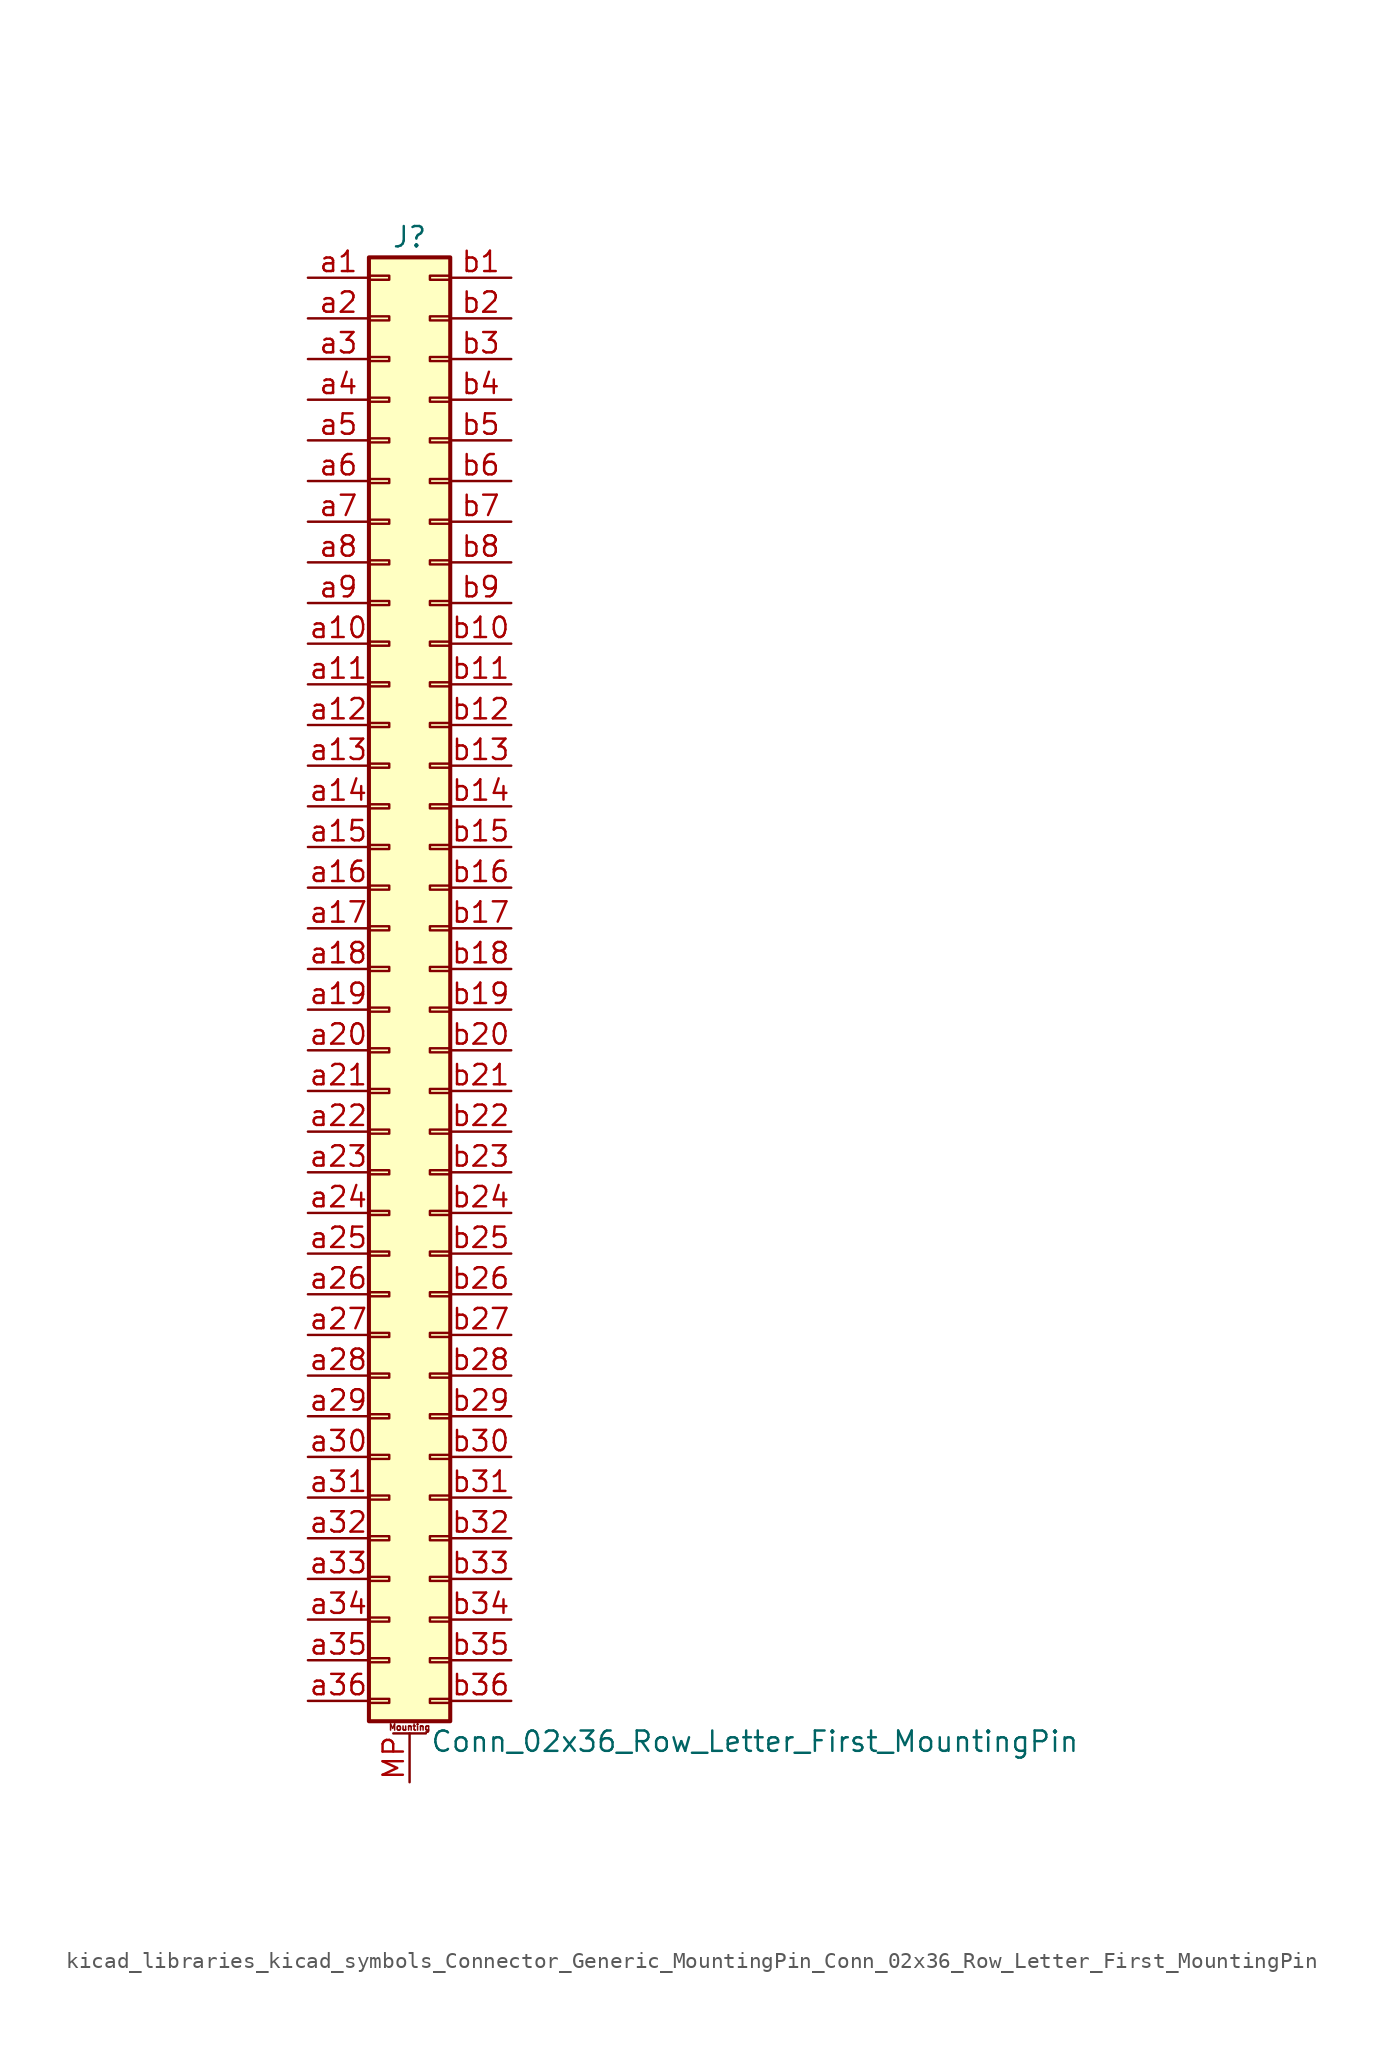
<source format=kicad_sym>
(kicad_symbol_lib
  (version 20220914)
  (generator kicad_symbol_editor)
  (symbol "kicad_libraries_kicad_symbols_Connector_Generic_MountingPin_Conn_02x36_Row_Letter_First_MountingPin"
    (pin_names
      (offset 1.016) hide)
    (property "Reference" "J"
      (at 1.27 45.72 0)
      (effects (font (size 1.27 1.27))))
    (property "Value" "Conn_02x36_Row_Letter_First_MountingPin"
      (at 2.54 -48.26 0)
      (effects (font (size 1.27 1.27)) (justify left)))
    (symbol "kicad_libraries_kicad_symbols_Connector_Generic_MountingPin_Conn_02x36_Row_Letter_First_MountingPin_1_1"
      (rectangle (start -1.27 -45.593) (end 0 -45.847) (stroke (width 0.152) (type default)) (fill (type none)))
      (rectangle (start -1.27 -43.053) (end 0 -43.307) (stroke (width 0.152) (type default)) (fill (type none)))
      (rectangle (start -1.27 -40.513) (end 0 -40.767) (stroke (width 0.152) (type default)) (fill (type none)))
      (rectangle (start -1.27 -37.973) (end 0 -38.227) (stroke (width 0.152) (type default)) (fill (type none)))
      (rectangle (start -1.27 -35.433) (end 0 -35.687) (stroke (width 0.152) (type default)) (fill (type none)))
      (rectangle (start -1.27 -32.893) (end 0 -33.147) (stroke (width 0.152) (type default)) (fill (type none)))
      (rectangle (start -1.27 -30.353) (end 0 -30.607) (stroke (width 0.152) (type default)) (fill (type none)))
      (rectangle (start -1.27 -27.813) (end 0 -28.067) (stroke (width 0.152) (type default)) (fill (type none)))
      (rectangle (start -1.27 -25.273) (end 0 -25.527) (stroke (width 0.152) (type default)) (fill (type none)))
      (rectangle (start -1.27 -22.733) (end 0 -22.987) (stroke (width 0.152) (type default)) (fill (type none)))
      (rectangle (start -1.27 -20.193) (end 0 -20.447) (stroke (width 0.152) (type default)) (fill (type none)))
      (rectangle (start -1.27 -17.653) (end 0 -17.907) (stroke (width 0.152) (type default)) (fill (type none)))
      (rectangle (start -1.27 -15.113) (end 0 -15.367) (stroke (width 0.152) (type default)) (fill (type none)))
      (rectangle (start -1.27 -12.573) (end 0 -12.827) (stroke (width 0.152) (type default)) (fill (type none)))
      (rectangle (start -1.27 -10.033) (end 0 -10.287) (stroke (width 0.152) (type default)) (fill (type none)))
      (rectangle (start -1.27 -7.493) (end 0 -7.747) (stroke (width 0.152) (type default)) (fill (type none)))
      (rectangle (start -1.27 -4.953) (end 0 -5.207) (stroke (width 0.152) (type default)) (fill (type none)))
      (rectangle (start -1.27 -2.413) (end 0 -2.667) (stroke (width 0.152) (type default)) (fill (type none)))
      (rectangle (start -1.27 0.127) (end 0 -0.127) (stroke (width 0.152) (type default)) (fill (type none)))
      (rectangle (start -1.27 2.667) (end 0 2.413) (stroke (width 0.152) (type default)) (fill (type none)))
      (rectangle (start -1.27 5.207) (end 0 4.953) (stroke (width 0.152) (type default)) (fill (type none)))
      (rectangle (start -1.27 7.747) (end 0 7.493) (stroke (width 0.152) (type default)) (fill (type none)))
      (rectangle (start -1.27 10.287) (end 0 10.033) (stroke (width 0.152) (type default)) (fill (type none)))
      (rectangle (start -1.27 12.827) (end 0 12.573) (stroke (width 0.152) (type default)) (fill (type none)))
      (rectangle (start -1.27 15.367) (end 0 15.113) (stroke (width 0.152) (type default)) (fill (type none)))
      (rectangle (start -1.27 17.907) (end 0 17.653) (stroke (width 0.152) (type default)) (fill (type none)))
      (rectangle (start -1.27 20.447) (end 0 20.193) (stroke (width 0.152) (type default)) (fill (type none)))
      (rectangle (start -1.27 22.987) (end 0 22.733) (stroke (width 0.152) (type default)) (fill (type none)))
      (rectangle (start -1.27 25.527) (end 0 25.273) (stroke (width 0.152) (type default)) (fill (type none)))
      (rectangle (start -1.27 28.067) (end 0 27.813) (stroke (width 0.152) (type default)) (fill (type none)))
      (rectangle (start -1.27 30.607) (end 0 30.353) (stroke (width 0.152) (type default)) (fill (type none)))
      (rectangle (start -1.27 33.147) (end 0 32.893) (stroke (width 0.152) (type default)) (fill (type none)))
      (rectangle (start -1.27 35.687) (end 0 35.433) (stroke (width 0.152) (type default)) (fill (type none)))
      (rectangle (start -1.27 38.227) (end 0 37.973) (stroke (width 0.152) (type default)) (fill (type none)))
      (rectangle (start -1.27 40.767) (end 0 40.513) (stroke (width 0.152) (type default)) (fill (type none)))
      (rectangle (start -1.27 43.307) (end 0 43.053) (stroke (width 0.152) (type default)) (fill (type none)))
      (rectangle (start -1.27 44.45) (end 3.81 -46.99) (stroke (width 0.254) (type default)) (fill (type background)))
      (polyline (pts (xy 0.254 -47.752) (xy 2.286 -47.752)) (stroke (width 0.152) (type default)) (fill (type none)))
      (rectangle (start 3.81 -45.593) (end 2.54 -45.847) (stroke (width 0.152) (type default)) (fill (type none)))
      (rectangle (start 3.81 -43.053) (end 2.54 -43.307) (stroke (width 0.152) (type default)) (fill (type none)))
      (rectangle (start 3.81 -40.513) (end 2.54 -40.767) (stroke (width 0.152) (type default)) (fill (type none)))
      (rectangle (start 3.81 -37.973) (end 2.54 -38.227) (stroke (width 0.152) (type default)) (fill (type none)))
      (rectangle (start 3.81 -35.433) (end 2.54 -35.687) (stroke (width 0.152) (type default)) (fill (type none)))
      (rectangle (start 3.81 -32.893) (end 2.54 -33.147) (stroke (width 0.152) (type default)) (fill (type none)))
      (rectangle (start 3.81 -30.353) (end 2.54 -30.607) (stroke (width 0.152) (type default)) (fill (type none)))
      (rectangle (start 3.81 -27.813) (end 2.54 -28.067) (stroke (width 0.152) (type default)) (fill (type none)))
      (rectangle (start 3.81 -25.273) (end 2.54 -25.527) (stroke (width 0.152) (type default)) (fill (type none)))
      (rectangle (start 3.81 -22.733) (end 2.54 -22.987) (stroke (width 0.152) (type default)) (fill (type none)))
      (rectangle (start 3.81 -20.193) (end 2.54 -20.447) (stroke (width 0.152) (type default)) (fill (type none)))
      (rectangle (start 3.81 -17.653) (end 2.54 -17.907) (stroke (width 0.152) (type default)) (fill (type none)))
      (rectangle (start 3.81 -15.113) (end 2.54 -15.367) (stroke (width 0.152) (type default)) (fill (type none)))
      (rectangle (start 3.81 -12.573) (end 2.54 -12.827) (stroke (width 0.152) (type default)) (fill (type none)))
      (rectangle (start 3.81 -10.033) (end 2.54 -10.287) (stroke (width 0.152) (type default)) (fill (type none)))
      (rectangle (start 3.81 -7.493) (end 2.54 -7.747) (stroke (width 0.152) (type default)) (fill (type none)))
      (rectangle (start 3.81 -4.953) (end 2.54 -5.207) (stroke (width 0.152) (type default)) (fill (type none)))
      (rectangle (start 3.81 -2.413) (end 2.54 -2.667) (stroke (width 0.152) (type default)) (fill (type none)))
      (rectangle (start 3.81 0.127) (end 2.54 -0.127) (stroke (width 0.152) (type default)) (fill (type none)))
      (rectangle (start 3.81 2.667) (end 2.54 2.413) (stroke (width 0.152) (type default)) (fill (type none)))
      (rectangle (start 3.81 5.207) (end 2.54 4.953) (stroke (width 0.152) (type default)) (fill (type none)))
      (rectangle (start 3.81 7.747) (end 2.54 7.493) (stroke (width 0.152) (type default)) (fill (type none)))
      (rectangle (start 3.81 10.287) (end 2.54 10.033) (stroke (width 0.152) (type default)) (fill (type none)))
      (rectangle (start 3.81 12.827) (end 2.54 12.573) (stroke (width 0.152) (type default)) (fill (type none)))
      (rectangle (start 3.81 15.367) (end 2.54 15.113) (stroke (width 0.152) (type default)) (fill (type none)))
      (rectangle (start 3.81 17.907) (end 2.54 17.653) (stroke (width 0.152) (type default)) (fill (type none)))
      (rectangle (start 3.81 20.447) (end 2.54 20.193) (stroke (width 0.152) (type default)) (fill (type none)))
      (rectangle (start 3.81 22.987) (end 2.54 22.733) (stroke (width 0.152) (type default)) (fill (type none)))
      (rectangle (start 3.81 25.527) (end 2.54 25.273) (stroke (width 0.152) (type default)) (fill (type none)))
      (rectangle (start 3.81 28.067) (end 2.54 27.813) (stroke (width 0.152) (type default)) (fill (type none)))
      (rectangle (start 3.81 30.607) (end 2.54 30.353) (stroke (width 0.152) (type default)) (fill (type none)))
      (rectangle (start 3.81 33.147) (end 2.54 32.893) (stroke (width 0.152) (type default)) (fill (type none)))
      (rectangle (start 3.81 35.687) (end 2.54 35.433) (stroke (width 0.152) (type default)) (fill (type none)))
      (rectangle (start 3.81 38.227) (end 2.54 37.973) (stroke (width 0.152) (type default)) (fill (type none)))
      (rectangle (start 3.81 40.767) (end 2.54 40.513) (stroke (width 0.152) (type default)) (fill (type none)))
      (rectangle (start 3.81 43.307) (end 2.54 43.053) (stroke (width 0.152) (type default)) (fill (type none)))
      (text "Mounting" (at 1.27 -47.371 0) (effects (font (size 0.381 0.381))))
      (pin passive line (at 1.27 -50.8 90) (length 3.048) (name "MountPin" (effects (font (size 1.27 1.27)))) (number "MP" (effects (font (size 1.27 1.27)))))
      (pin passive line (at -5.08 43.18 0) (length 3.81) (name "Pin_a1" (effects (font (size 1.27 1.27)))) (number "a1" (effects (font (size 1.27 1.27)))))
      (pin passive line (at -5.08 20.32 0) (length 3.81) (name "Pin_a10" (effects (font (size 1.27 1.27)))) (number "a10" (effects (font (size 1.27 1.27)))))
      (pin passive line (at -5.08 17.78 0) (length 3.81) (name "Pin_a11" (effects (font (size 1.27 1.27)))) (number "a11" (effects (font (size 1.27 1.27)))))
      (pin passive line (at -5.08 15.24 0) (length 3.81) (name "Pin_a12" (effects (font (size 1.27 1.27)))) (number "a12" (effects (font (size 1.27 1.27)))))
      (pin passive line (at -5.08 12.7 0) (length 3.81) (name "Pin_a13" (effects (font (size 1.27 1.27)))) (number "a13" (effects (font (size 1.27 1.27)))))
      (pin passive line (at -5.08 10.16 0) (length 3.81) (name "Pin_a14" (effects (font (size 1.27 1.27)))) (number "a14" (effects (font (size 1.27 1.27)))))
      (pin passive line (at -5.08 7.62 0) (length 3.81) (name "Pin_a15" (effects (font (size 1.27 1.27)))) (number "a15" (effects (font (size 1.27 1.27)))))
      (pin passive line (at -5.08 5.08 0) (length 3.81) (name "Pin_a16" (effects (font (size 1.27 1.27)))) (number "a16" (effects (font (size 1.27 1.27)))))
      (pin passive line (at -5.08 2.54 0) (length 3.81) (name "Pin_a17" (effects (font (size 1.27 1.27)))) (number "a17" (effects (font (size 1.27 1.27)))))
      (pin passive line (at -5.08 0 0) (length 3.81) (name "Pin_a18" (effects (font (size 1.27 1.27)))) (number "a18" (effects (font (size 1.27 1.27)))))
      (pin passive line (at -5.08 -2.54 0) (length 3.81) (name "Pin_a19" (effects (font (size 1.27 1.27)))) (number "a19" (effects (font (size 1.27 1.27)))))
      (pin passive line (at -5.08 40.64 0) (length 3.81) (name "Pin_a2" (effects (font (size 1.27 1.27)))) (number "a2" (effects (font (size 1.27 1.27)))))
      (pin passive line (at -5.08 -5.08 0) (length 3.81) (name "Pin_a20" (effects (font (size 1.27 1.27)))) (number "a20" (effects (font (size 1.27 1.27)))))
      (pin passive line (at -5.08 -7.62 0) (length 3.81) (name "Pin_a21" (effects (font (size 1.27 1.27)))) (number "a21" (effects (font (size 1.27 1.27)))))
      (pin passive line (at -5.08 -10.16 0) (length 3.81) (name "Pin_a22" (effects (font (size 1.27 1.27)))) (number "a22" (effects (font (size 1.27 1.27)))))
      (pin passive line (at -5.08 -12.7 0) (length 3.81) (name "Pin_a23" (effects (font (size 1.27 1.27)))) (number "a23" (effects (font (size 1.27 1.27)))))
      (pin passive line (at -5.08 -15.24 0) (length 3.81) (name "Pin_a24" (effects (font (size 1.27 1.27)))) (number "a24" (effects (font (size 1.27 1.27)))))
      (pin passive line (at -5.08 -17.78 0) (length 3.81) (name "Pin_a25" (effects (font (size 1.27 1.27)))) (number "a25" (effects (font (size 1.27 1.27)))))
      (pin passive line (at -5.08 -20.32 0) (length 3.81) (name "Pin_a26" (effects (font (size 1.27 1.27)))) (number "a26" (effects (font (size 1.27 1.27)))))
      (pin passive line (at -5.08 -22.86 0) (length 3.81) (name "Pin_a27" (effects (font (size 1.27 1.27)))) (number "a27" (effects (font (size 1.27 1.27)))))
      (pin passive line (at -5.08 -25.4 0) (length 3.81) (name "Pin_a28" (effects (font (size 1.27 1.27)))) (number "a28" (effects (font (size 1.27 1.27)))))
      (pin passive line (at -5.08 -27.94 0) (length 3.81) (name "Pin_a29" (effects (font (size 1.27 1.27)))) (number "a29" (effects (font (size 1.27 1.27)))))
      (pin passive line (at -5.08 38.1 0) (length 3.81) (name "Pin_a3" (effects (font (size 1.27 1.27)))) (number "a3" (effects (font (size 1.27 1.27)))))
      (pin passive line (at -5.08 -30.48 0) (length 3.81) (name "Pin_a30" (effects (font (size 1.27 1.27)))) (number "a30" (effects (font (size 1.27 1.27)))))
      (pin passive line (at -5.08 -33.02 0) (length 3.81) (name "Pin_a31" (effects (font (size 1.27 1.27)))) (number "a31" (effects (font (size 1.27 1.27)))))
      (pin passive line (at -5.08 -35.56 0) (length 3.81) (name "Pin_a32" (effects (font (size 1.27 1.27)))) (number "a32" (effects (font (size 1.27 1.27)))))
      (pin passive line (at -5.08 -38.1 0) (length 3.81) (name "Pin_a33" (effects (font (size 1.27 1.27)))) (number "a33" (effects (font (size 1.27 1.27)))))
      (pin passive line (at -5.08 -40.64 0) (length 3.81) (name "Pin_a34" (effects (font (size 1.27 1.27)))) (number "a34" (effects (font (size 1.27 1.27)))))
      (pin passive line (at -5.08 -43.18 0) (length 3.81) (name "Pin_a35" (effects (font (size 1.27 1.27)))) (number "a35" (effects (font (size 1.27 1.27)))))
      (pin passive line (at -5.08 -45.72 0) (length 3.81) (name "Pin_a36" (effects (font (size 1.27 1.27)))) (number "a36" (effects (font (size 1.27 1.27)))))
      (pin passive line (at -5.08 35.56 0) (length 3.81) (name "Pin_a4" (effects (font (size 1.27 1.27)))) (number "a4" (effects (font (size 1.27 1.27)))))
      (pin passive line (at -5.08 33.02 0) (length 3.81) (name "Pin_a5" (effects (font (size 1.27 1.27)))) (number "a5" (effects (font (size 1.27 1.27)))))
      (pin passive line (at -5.08 30.48 0) (length 3.81) (name "Pin_a6" (effects (font (size 1.27 1.27)))) (number "a6" (effects (font (size 1.27 1.27)))))
      (pin passive line (at -5.08 27.94 0) (length 3.81) (name "Pin_a7" (effects (font (size 1.27 1.27)))) (number "a7" (effects (font (size 1.27 1.27)))))
      (pin passive line (at -5.08 25.4 0) (length 3.81) (name "Pin_a8" (effects (font (size 1.27 1.27)))) (number "a8" (effects (font (size 1.27 1.27)))))
      (pin passive line (at -5.08 22.86 0) (length 3.81) (name "Pin_a9" (effects (font (size 1.27 1.27)))) (number "a9" (effects (font (size 1.27 1.27)))))
      (pin passive line (at 7.62 43.18 180) (length 3.81) (name "Pin_b1" (effects (font (size 1.27 1.27)))) (number "b1" (effects (font (size 1.27 1.27)))))
      (pin passive line (at 7.62 20.32 180) (length 3.81) (name "Pin_b10" (effects (font (size 1.27 1.27)))) (number "b10" (effects (font (size 1.27 1.27)))))
      (pin passive line (at 7.62 17.78 180) (length 3.81) (name "Pin_b11" (effects (font (size 1.27 1.27)))) (number "b11" (effects (font (size 1.27 1.27)))))
      (pin passive line (at 7.62 15.24 180) (length 3.81) (name "Pin_b12" (effects (font (size 1.27 1.27)))) (number "b12" (effects (font (size 1.27 1.27)))))
      (pin passive line (at 7.62 12.7 180) (length 3.81) (name "Pin_b13" (effects (font (size 1.27 1.27)))) (number "b13" (effects (font (size 1.27 1.27)))))
      (pin passive line (at 7.62 10.16 180) (length 3.81) (name "Pin_b14" (effects (font (size 1.27 1.27)))) (number "b14" (effects (font (size 1.27 1.27)))))
      (pin passive line (at 7.62 7.62 180) (length 3.81) (name "Pin_b15" (effects (font (size 1.27 1.27)))) (number "b15" (effects (font (size 1.27 1.27)))))
      (pin passive line (at 7.62 5.08 180) (length 3.81) (name "Pin_b16" (effects (font (size 1.27 1.27)))) (number "b16" (effects (font (size 1.27 1.27)))))
      (pin passive line (at 7.62 2.54 180) (length 3.81) (name "Pin_b17" (effects (font (size 1.27 1.27)))) (number "b17" (effects (font (size 1.27 1.27)))))
      (pin passive line (at 7.62 0 180) (length 3.81) (name "Pin_b18" (effects (font (size 1.27 1.27)))) (number "b18" (effects (font (size 1.27 1.27)))))
      (pin passive line (at 7.62 -2.54 180) (length 3.81) (name "Pin_b19" (effects (font (size 1.27 1.27)))) (number "b19" (effects (font (size 1.27 1.27)))))
      (pin passive line (at 7.62 40.64 180) (length 3.81) (name "Pin_b2" (effects (font (size 1.27 1.27)))) (number "b2" (effects (font (size 1.27 1.27)))))
      (pin passive line (at 7.62 -5.08 180) (length 3.81) (name "Pin_b20" (effects (font (size 1.27 1.27)))) (number "b20" (effects (font (size 1.27 1.27)))))
      (pin passive line (at 7.62 -7.62 180) (length 3.81) (name "Pin_b21" (effects (font (size 1.27 1.27)))) (number "b21" (effects (font (size 1.27 1.27)))))
      (pin passive line (at 7.62 -10.16 180) (length 3.81) (name "Pin_b22" (effects (font (size 1.27 1.27)))) (number "b22" (effects (font (size 1.27 1.27)))))
      (pin passive line (at 7.62 -12.7 180) (length 3.81) (name "Pin_b23" (effects (font (size 1.27 1.27)))) (number "b23" (effects (font (size 1.27 1.27)))))
      (pin passive line (at 7.62 -15.24 180) (length 3.81) (name "Pin_b24" (effects (font (size 1.27 1.27)))) (number "b24" (effects (font (size 1.27 1.27)))))
      (pin passive line (at 7.62 -17.78 180) (length 3.81) (name "Pin_b25" (effects (font (size 1.27 1.27)))) (number "b25" (effects (font (size 1.27 1.27)))))
      (pin passive line (at 7.62 -20.32 180) (length 3.81) (name "Pin_b26" (effects (font (size 1.27 1.27)))) (number "b26" (effects (font (size 1.27 1.27)))))
      (pin passive line (at 7.62 -22.86 180) (length 3.81) (name "Pin_b27" (effects (font (size 1.27 1.27)))) (number "b27" (effects (font (size 1.27 1.27)))))
      (pin passive line (at 7.62 -25.4 180) (length 3.81) (name "Pin_b28" (effects (font (size 1.27 1.27)))) (number "b28" (effects (font (size 1.27 1.27)))))
      (pin passive line (at 7.62 -27.94 180) (length 3.81) (name "Pin_b29" (effects (font (size 1.27 1.27)))) (number "b29" (effects (font (size 1.27 1.27)))))
      (pin passive line (at 7.62 38.1 180) (length 3.81) (name "Pin_b3" (effects (font (size 1.27 1.27)))) (number "b3" (effects (font (size 1.27 1.27)))))
      (pin passive line (at 7.62 -30.48 180) (length 3.81) (name "Pin_b30" (effects (font (size 1.27 1.27)))) (number "b30" (effects (font (size 1.27 1.27)))))
      (pin passive line (at 7.62 -33.02 180) (length 3.81) (name "Pin_b31" (effects (font (size 1.27 1.27)))) (number "b31" (effects (font (size 1.27 1.27)))))
      (pin passive line (at 7.62 -35.56 180) (length 3.81) (name "Pin_b32" (effects (font (size 1.27 1.27)))) (number "b32" (effects (font (size 1.27 1.27)))))
      (pin passive line (at 7.62 -38.1 180) (length 3.81) (name "Pin_b33" (effects (font (size 1.27 1.27)))) (number "b33" (effects (font (size 1.27 1.27)))))
      (pin passive line (at 7.62 -40.64 180) (length 3.81) (name "Pin_b34" (effects (font (size 1.27 1.27)))) (number "b34" (effects (font (size 1.27 1.27)))))
      (pin passive line (at 7.62 -43.18 180) (length 3.81) (name "Pin_b35" (effects (font (size 1.27 1.27)))) (number "b35" (effects (font (size 1.27 1.27)))))
      (pin passive line (at 7.62 -45.72 180) (length 3.81) (name "Pin_b36" (effects (font (size 1.27 1.27)))) (number "b36" (effects (font (size 1.27 1.27)))))
      (pin passive line (at 7.62 35.56 180) (length 3.81) (name "Pin_b4" (effects (font (size 1.27 1.27)))) (number "b4" (effects (font (size 1.27 1.27)))))
      (pin passive line (at 7.62 33.02 180) (length 3.81) (name "Pin_b5" (effects (font (size 1.27 1.27)))) (number "b5" (effects (font (size 1.27 1.27)))))
      (pin passive line (at 7.62 30.48 180) (length 3.81) (name "Pin_b6" (effects (font (size 1.27 1.27)))) (number "b6" (effects (font (size 1.27 1.27)))))
      (pin passive line (at 7.62 27.94 180) (length 3.81) (name "Pin_b7" (effects (font (size 1.27 1.27)))) (number "b7" (effects (font (size 1.27 1.27)))))
      (pin passive line (at 7.62 25.4 180) (length 3.81) (name "Pin_b8" (effects (font (size 1.27 1.27)))) (number "b8" (effects (font (size 1.27 1.27)))))
      (pin passive line (at 7.62 22.86 180) (length 3.81) (name "Pin_b9" (effects (font (size 1.27 1.27)))) (number "b9" (effects (font (size 1.27 1.27))))))))
</source>
